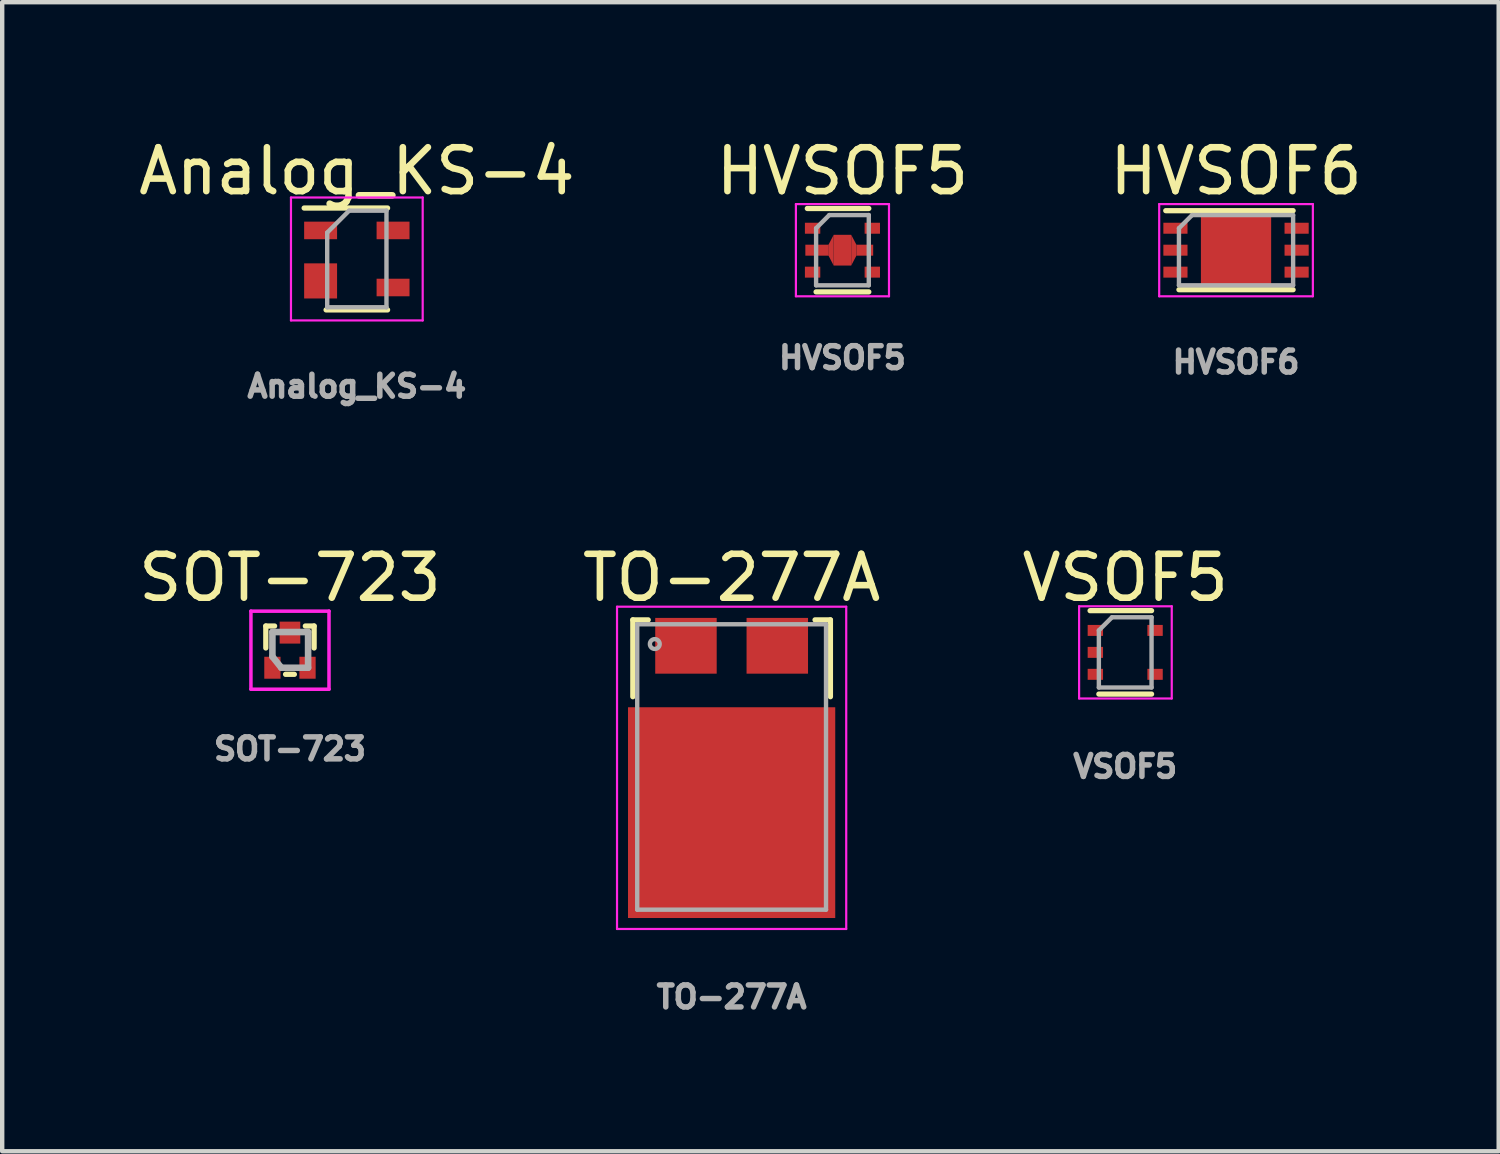
<source format=kicad_pcb>
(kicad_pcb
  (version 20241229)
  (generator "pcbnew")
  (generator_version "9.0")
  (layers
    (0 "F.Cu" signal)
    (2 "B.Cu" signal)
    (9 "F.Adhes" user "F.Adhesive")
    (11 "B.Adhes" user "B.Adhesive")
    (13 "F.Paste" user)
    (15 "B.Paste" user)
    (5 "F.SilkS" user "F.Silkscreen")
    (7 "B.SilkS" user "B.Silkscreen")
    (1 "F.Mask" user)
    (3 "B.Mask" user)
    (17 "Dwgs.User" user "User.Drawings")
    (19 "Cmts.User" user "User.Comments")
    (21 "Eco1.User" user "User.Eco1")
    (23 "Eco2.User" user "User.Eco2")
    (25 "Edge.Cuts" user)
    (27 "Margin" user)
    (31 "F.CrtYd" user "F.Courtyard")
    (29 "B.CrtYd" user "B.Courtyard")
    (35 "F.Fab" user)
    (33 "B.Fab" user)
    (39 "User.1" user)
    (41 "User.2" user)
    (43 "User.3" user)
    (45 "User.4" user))
  (footprint "Analog_KS-4"
    (layer "F.Cu")
    (at 5.077 2.848)
    (property "Reference" "Analog_KS-4" (at 0 -2 0) (layer "F.SilkS") (effects (font (size 1 1) (thickness 0.15))))
    (attr smd)
    (fp_line (start -0.7 1.16) (end 0.7 1.16) (stroke (width 0.12) (type solid)) (layer "F.SilkS"))
    (fp_line (start 0.7 -1.16) (end -1.2 -1.16) (stroke (width 0.12) (type solid)) (layer "F.SilkS"))
    (fp_line (start -1.5 -1.4) (end -1.5 1.4) (stroke (width 0.05) (type solid)) (layer "F.CrtYd"))
    (fp_line (start -1.5 -1.4) (end 1.5 -1.4) (stroke (width 0.05) (type solid)) (layer "F.CrtYd"))
    (fp_line (start -1.5 1.4) (end 1.5 1.4) (stroke (width 0.05) (type solid)) (layer "F.CrtYd"))
    (fp_line (start 1.5 1.4) (end 1.5 -1.4) (stroke (width 0.05) (type solid)) (layer "F.CrtYd"))
    (fp_line (start -0.675 -0.6) (end -0.675 1.1) (stroke (width 0.1) (type solid)) (layer "F.Fab"))
    (fp_line (start -0.175 -1.1) (end -0.675 -0.6) (stroke (width 0.1) (type solid)) (layer "F.Fab"))
    (fp_line (start 0.675 -1.1) (end -0.175 -1.1) (stroke (width 0.1) (type solid)) (layer "F.Fab"))
    (fp_line (start 0.675 -1.1) (end 0.675 1.1) (stroke (width 0.1) (type solid)) (layer "F.Fab"))
    (fp_line (start 0.675 1.1) (end -0.675 1.1) (stroke (width 0.1) (type solid)) (layer "F.Fab"))
    (fp_text user "${REFERENCE}" (at 0 2.9 0) (layer "F.Fab") (effects (font (size 0.5 0.5) (thickness 0.125))))
    (pad "1" smd rect (at -0.825 -0.65) (size 0.75 0.4) (layers "F.Cu" "F.Mask" "F.Paste"))
    (pad "2" smd rect (at -0.825 0.5) (size 0.75 0.8) (layers "F.Cu" "F.Mask" "F.Paste"))
    (pad "3" smd rect (at 0.825 0.65) (size 0.75 0.4) (layers "F.Cu" "F.Mask" "F.Paste"))
    (pad "4" smd rect (at 0.825 -0.65) (size 0.75 0.4) (layers "F.Cu" "F.Mask" "F.Paste")))
  (footprint "HVSOF5"
    (layer "F.Cu")
    (at 16.137 2.648)
    (property "Reference" "HVSOF5" (at 0 -1.8 0) (layer "F.SilkS") (effects (font (size 1 1) (thickness 0.15))))
    (attr smd)
    (fp_line (start -0.8 -0.95) (end 0.6 -0.95) (stroke (width 0.12) (type solid)) (layer "F.SilkS"))
    (fp_line (start -0.6 0.95) (end 0.6 0.95) (stroke (width 0.12) (type solid)) (layer "F.SilkS"))
    (fp_line (start -1.06 -1.05) (end -1.06 1.05) (stroke (width 0.05) (type solid)) (layer "F.CrtYd"))
    (fp_line (start -1.06 -1.05) (end 1.06 -1.05) (stroke (width 0.05) (type solid)) (layer "F.CrtYd"))
    (fp_line (start 1.06 1.05) (end -1.06 1.05) (stroke (width 0.05) (type solid)) (layer "F.CrtYd"))
    (fp_line (start 1.06 1.05) (end 1.06 -1.05) (stroke (width 0.05) (type solid)) (layer "F.CrtYd"))
    (fp_line (start -0.6 -0.5) (end -0.6 0.8) (stroke (width 0.1) (type solid)) (layer "F.Fab"))
    (fp_line (start -0.6 -0.5) (end -0.3 -0.8) (stroke (width 0.1) (type solid)) (layer "F.Fab"))
    (fp_line (start 0.6 -0.8) (end -0.3 -0.8) (stroke (width 0.1) (type solid)) (layer "F.Fab"))
    (fp_line (start 0.6 -0.8) (end 0.6 0.8) (stroke (width 0.1) (type solid)) (layer "F.Fab"))
    (fp_line (start 0.6 0.8) (end -0.6 0.8) (stroke (width 0.1) (type solid)) (layer "F.Fab"))
    (fp_text user "${REFERENCE}" (at 0 2.45 0) (layer "F.Fab") (effects (font (size 0.5 0.5) (thickness 0.125))))
    (pad "1" smd rect (at -0.68 -0.5 270) (size 0.25 0.35) (layers "F.Cu" "F.Mask" "F.Paste"))
    (pad "2" smd rect (at -0.58 0 270) (size 0.25 0.53) (layers "F.Cu" "F.Mask" "F.Paste"))
    (pad "2" smd trapezoid (at -0.26 0 270) (size 0.47 0.12) (rect_delta 0 -0.23) (layers "F.Cu" "F.Mask" "F.Paste"))
    (pad "2" smd rect (at 0 0 270) (size 0.7 0.4) (layers "F.Cu" "F.Mask" "F.Paste"))
    (pad "2" smd trapezoid (at 0.26 0 270) (size 0.47 0.12) (rect_delta 0 0.23) (layers "F.Cu" "F.Mask" "F.Paste"))
    (pad "2" smd rect (at 0.51 0 270) (size 0.25 0.38) (layers "F.Cu" "F.Mask" "F.Paste"))
    (pad "3" smd rect (at -0.68 0.5 270) (size 0.25 0.35) (layers "F.Cu" "F.Mask" "F.Paste"))
    (pad "4" smd rect (at 0.68 0.5 270) (size 0.25 0.35) (layers "F.Cu" "F.Mask" "F.Paste"))
    (pad "5" smd rect (at 0.68 -0.5 270) (size 0.25 0.35) (layers "F.Cu" "F.Mask" "F.Paste")))
  (footprint "VSOF5"
    (layer "F.Cu")
    (at 22.577 11.808)
    (property "Reference" "VSOF5" (at 0 -1.7 0) (layer "F.SilkS") (effects (font (size 1 1) (thickness 0.15))))
    (attr smd)
    (fp_line (start -0.8 -0.95) (end 0.6 -0.95) (stroke (width 0.12) (type solid)) (layer "F.SilkS"))
    (fp_line (start -0.6 0.95) (end 0.6 0.95) (stroke (width 0.12) (type solid)) (layer "F.SilkS"))
    (fp_line (start -1.05 -1.05) (end -1.05 1.05) (stroke (width 0.05) (type solid)) (layer "F.CrtYd"))
    (fp_line (start -1.05 -1.05) (end 1.06 -1.05) (stroke (width 0.05) (type solid)) (layer "F.CrtYd"))
    (fp_line (start 1.06 1.05) (end -1.05 1.05) (stroke (width 0.05) (type solid)) (layer "F.CrtYd"))
    (fp_line (start 1.06 1.05) (end 1.06 -1.05) (stroke (width 0.05) (type solid)) (layer "F.CrtYd"))
    (fp_line (start -0.6 -0.5) (end -0.3 -0.8) (stroke (width 0.1) (type solid)) (layer "F.Fab"))
    (fp_line (start -0.6 0.8) (end -0.6 -0.5) (stroke (width 0.1) (type solid)) (layer "F.Fab"))
    (fp_line (start -0.3 -0.8) (end 0.6 -0.8) (stroke (width 0.1) (type solid)) (layer "F.Fab"))
    (fp_line (start 0.6 -0.8) (end 0.6 0.8) (stroke (width 0.1) (type solid)) (layer "F.Fab"))
    (fp_line (start 0.6 0.8) (end -0.6 0.8) (stroke (width 0.1) (type solid)) (layer "F.Fab"))
    (fp_text user "${REFERENCE}" (at 0 2.6 0) (layer "F.Fab") (effects (font (size 0.5 0.5) (thickness 0.125))))
    (pad "1" smd rect (at -0.68 -0.5 270) (size 0.25 0.35) (layers "F.Cu" "F.Mask" "F.Paste"))
    (pad "2" smd rect (at -0.68 0 270) (size 0.25 0.35) (layers "F.Cu" "F.Mask" "F.Paste"))
    (pad "3" smd rect (at -0.68 0.5 270) (size 0.25 0.35) (layers "F.Cu" "F.Mask" "F.Paste"))
    (pad "4" smd rect (at 0.68 0.5 270) (size 0.25 0.35) (layers "F.Cu" "F.Mask" "F.Paste"))
    (pad "5" smd rect (at 0.68 -0.5 270) (size 0.25 0.35) (layers "F.Cu" "F.Mask" "F.Paste")))
  (footprint "TO-277A"
    (layer "F.Cu")
    (at 13.613 13.558)
    (property "Reference" "TO-277A" (at 0 -3.45 180) (layer "F.SilkS") (effects (font (size 1 1) (thickness 0.15))))
    (attr smd)
    (fp_line (start -2.25 -2.49) (end -2.25 -0.74) (stroke (width 0.12) (type solid)) (layer "F.SilkS"))
    (fp_line (start -1.9 -2.49) (end -2.25 -2.49) (stroke (width 0.12) (type solid)) (layer "F.SilkS"))
    (fp_line (start 2.25 -2.49) (end 1.9 -2.49) (stroke (width 0.12) (type solid)) (layer "F.SilkS"))
    (fp_line (start 2.25 -0.74) (end 2.25 -2.49) (stroke (width 0.12) (type solid)) (layer "F.SilkS"))
    (fp_line (start -2.61 -2.79) (end -2.61 4.55) (stroke (width 0.05) (type solid)) (layer "F.CrtYd"))
    (fp_line (start -2.61 -2.79) (end 2.61 -2.79) (stroke (width 0.05) (type solid)) (layer "F.CrtYd"))
    (fp_line (start 2.61 4.55) (end -2.61 4.55) (stroke (width 0.05) (type solid)) (layer "F.CrtYd"))
    (fp_line (start 2.61 4.55) (end 2.61 -2.79) (stroke (width 0.05) (type solid)) (layer "F.CrtYd"))
    (fp_line (start -2.15 -2.39) (end -2.15 4.11) (stroke (width 0.1) (type solid)) (layer "F.Fab"))
    (fp_line (start -2.15 4.11) (end 2.15 4.11) (stroke (width 0.1) (type solid)) (layer "F.Fab"))
    (fp_line (start 2.15 -2.39) (end -2.15 -2.39) (stroke (width 0.1) (type solid)) (layer "F.Fab"))
    (fp_line (start 2.15 4.11) (end 2.15 -2.39) (stroke (width 0.1) (type solid)) (layer "F.Fab"))
    (fp_circle (center -1.75 -1.94) (end -1.85 -1.99) (stroke (width 0.1) (type solid)) (fill no) (layer "F.Fab"))
    (fp_text user "${REFERENCE}" (at 0 6.1 0) (layer "F.Fab") (effects (font (size 0.5 0.5) (thickness 0.125))))
    (pad "1" smd rect (at -1.04 -1.9 180) (size 1.4 1.27) (layers "F.Cu" "F.Mask" "F.Paste"))
    (pad "2" smd rect (at 1.04 -1.9 180) (size 1.4 1.27) (layers "F.Cu" "F.Mask" "F.Paste"))
    (pad "3" smd rect (at 0 1.9 180) (size 4.72 4.8) (layers "F.Cu" "F.Mask" "F.Paste")))
  (footprint "SOT-723"
    (layer "F.Cu")
    (at 3.554 11.758)
    (property "Reference" "SOT-723" (at 0 -1.65 0) (layer "F.SilkS") (effects (font (size 1 1) (thickness 0.15))))
    (attr smd)
    (fp_line (start -0.55 -0.55) (end -0.35 -0.55) (stroke (width 0.12) (type solid)) (layer "F.SilkS"))
    (fp_line (start -0.55 -0.05) (end -0.55 -0.55) (stroke (width 0.12) (type solid)) (layer "F.SilkS"))
    (fp_line (start -0.1 0.55) (end 0.1 0.55) (stroke (width 0.12) (type solid)) (layer "F.SilkS"))
    (fp_line (start 0.55 -0.55) (end 0.35 -0.55) (stroke (width 0.12) (type solid)) (layer "F.SilkS"))
    (fp_line (start 0.55 -0.05) (end 0.55 -0.55) (stroke (width 0.12) (type solid)) (layer "F.SilkS"))
    (fp_line (start -0.889 -0.889) (end 0.889 -0.889) (stroke (width 0.08) (type solid)) (layer "F.CrtYd"))
    (fp_line (start -0.889 0.889) (end -0.889 -0.889) (stroke (width 0.08) (type solid)) (layer "F.CrtYd"))
    (fp_line (start 0.889 -0.889) (end 0.889 0.889) (stroke (width 0.08) (type solid)) (layer "F.CrtYd"))
    (fp_line (start 0.889 0.889) (end -0.889 0.889) (stroke (width 0.08) (type solid)) (layer "F.CrtYd"))
    (fp_line (start -0.4 -0.413) (end -0.4 0.146) (stroke (width 0.15) (type solid)) (layer "F.Fab"))
    (fp_line (start -0.4 0.146) (end -0.197 0.4) (stroke (width 0.15) (type solid)) (layer "F.Fab"))
    (fp_line (start -0.197 0.4) (end 0.413 0.4) (stroke (width 0.15) (type solid)) (layer "F.Fab"))
    (fp_line (start 0.413 -0.413) (end -0.4 -0.413) (stroke (width 0.15) (type solid)) (layer "F.Fab"))
    (fp_line (start 0.413 0.4) (end 0.413 -0.413) (stroke (width 0.15) (type solid)) (layer "F.Fab"))
    (fp_text user "${REFERENCE}" (at 0 2.25 0) (layer "F.Fab") (effects (font (size 0.5 0.5) (thickness 0.125))))
    (pad "1" smd rect (at -0.4 0.4) (size 0.37 0.5) (layers "F.Cu" "F.Mask" "F.Paste"))
    (pad "2" smd rect (at 0.4 0.4) (size 0.37 0.5) (layers "F.Cu" "F.Mask" "F.Paste"))
    (pad "3" smd rect (at 0 -0.4) (size 0.47 0.5) (layers "F.Cu" "F.Mask" "F.Paste")))
  (footprint "HVSOF6"
    (layer "F.Cu")
    (at 25.101 2.648)
    (property "Reference" "HVSOF6" (at 0 -1.8 0) (layer "F.SilkS") (effects (font (size 1 1) (thickness 0.15))))
    (attr smd)
    (fp_line (start -1.6 -0.9) (end 1.3 -0.9) (stroke (width 0.12) (type solid)) (layer "F.SilkS"))
    (fp_line (start -1.3 0.9) (end 1.3 0.9) (stroke (width 0.12) (type solid)) (layer "F.SilkS"))
    (fp_line (start -1.75 -1.05) (end -1.75 1.05) (stroke (width 0.05) (type solid)) (layer "F.CrtYd"))
    (fp_line (start -1.75 -1.05) (end 1.75 -1.05) (stroke (width 0.05) (type solid)) (layer "F.CrtYd"))
    (fp_line (start 1.75 1.05) (end -1.75 1.05) (stroke (width 0.05) (type solid)) (layer "F.CrtYd"))
    (fp_line (start 1.75 1.05) (end 1.75 -1.05) (stroke (width 0.05) (type solid)) (layer "F.CrtYd"))
    (fp_line (start -1.3 -0.5) (end -1.3 0.8) (stroke (width 0.1) (type solid)) (layer "F.Fab"))
    (fp_line (start -1.3 -0.5) (end -1 -0.8) (stroke (width 0.1) (type solid)) (layer "F.Fab"))
    (fp_line (start -1 -0.8) (end 1.3 -0.8) (stroke (width 0.1) (type solid)) (layer "F.Fab"))
    (fp_line (start 1.3 -0.8) (end 1.3 0.8) (stroke (width 0.1) (type solid)) (layer "F.Fab"))
    (fp_line (start 1.3 0.8) (end -1.3 0.8) (stroke (width 0.1) (type solid)) (layer "F.Fab"))
    (fp_text user "${REFERENCE}" (at 0 2.55 0) (layer "F.Fab") (effects (font (size 0.5 0.5) (thickness 0.125))))
    (pad "1" smd rect (at -1.38 -0.5 270) (size 0.25 0.55) (layers "F.Cu" "F.Mask" "F.Paste"))
    (pad "2" smd rect (at -1.38 0 270) (size 0.25 0.55) (layers "F.Cu" "F.Mask" "F.Paste"))
    (pad "3" smd rect (at -1.38 0.5 270) (size 0.25 0.55) (layers "F.Cu" "F.Mask" "F.Paste"))
    (pad "4" smd rect (at 1.38 0.5 270) (size 0.25 0.55) (layers "F.Cu" "F.Mask" "F.Paste"))
    (pad "5" smd rect (at 1.38 0 270) (size 0.25 0.55) (layers "F.Cu" "F.Mask" "F.Paste"))
    (pad "6" smd rect (at 1.38 -0.5 270) (size 0.25 0.55) (layers "F.Cu" "F.Mask" "F.Paste"))
    (pad "7" smd rect (at 0 0) (size 1.6 1.6) (layers "F.Cu" "F.Mask" "F.Paste")))
  (gr_rect
    (start -3 -3)
    (end 31.083 23.17)
    (stroke (width 0.1) (type default))
    (fill no)
    (layer "Edge.Cuts")))
</source>
